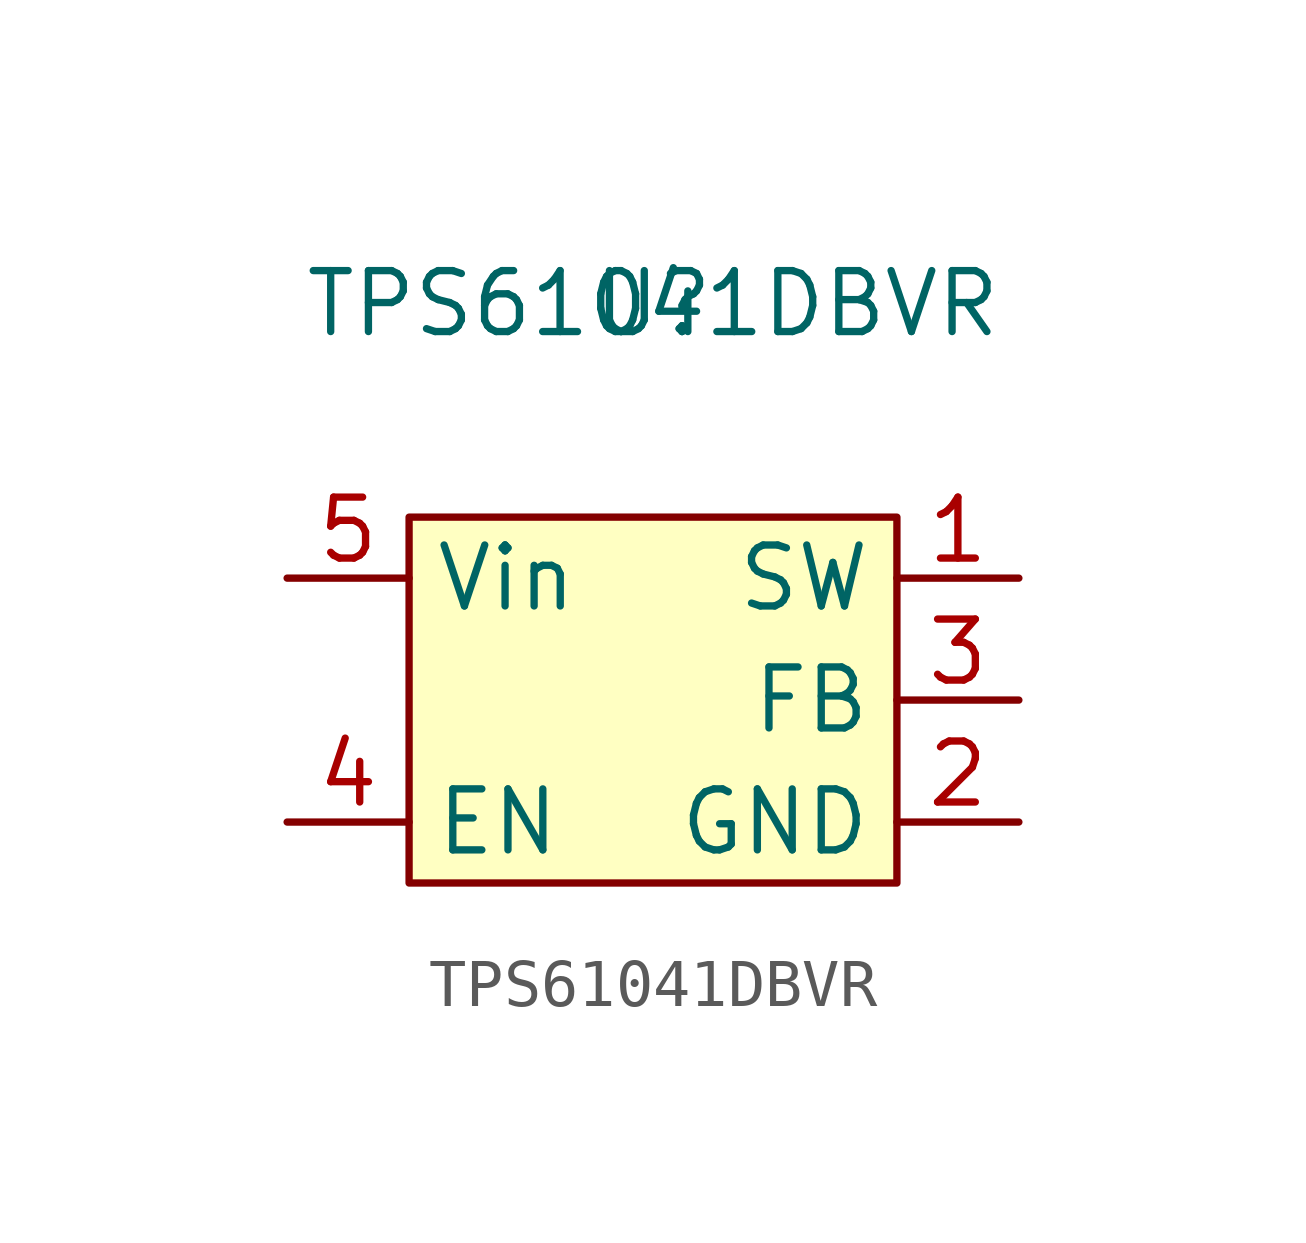
<source format=kicad_sym>
(kicad_symbol_lib
  (version 20211014)
  (generator kicad_symbol_editor)
  (symbol "TPS61041DBVR"
    (property "Reference" "U"
      (at 0 8.255 0)
      (effects (font (size 1.27 1.27))))
    (property "Value" "TPS61041DBVR"
      (at 0 8.255 0)
      (effects (font (size 1.27 1.27))))
    (symbol "TPS61041DBVR_0_1"
      (rectangle (start -5.08 3.81) (end 5.08 -3.81) (stroke (width 0) (type default) (color 0 0 0 0)) (fill (type background))))
    (symbol "TPS61041DBVR_1_1"
      (pin input line (at 7.62 2.54 180) (length 2.54) (name "SW" (effects (font (size 1.27 1.27)))) (number "1" (effects (font (size 1.27 1.27)))))
      (pin power_in line (at 7.62 -2.54 180) (length 2.54) (name "GND" (effects (font (size 1.27 1.27)))) (number "2" (effects (font (size 1.27 1.27)))))
      (pin input line (at 7.62 0 180) (length 2.54) (name "FB" (effects (font (size 1.27 1.27)))) (number "3" (effects (font (size 1.27 1.27)))))
      (pin input line (at -7.62 -2.54 0) (length 2.54) (name "EN" (effects (font (size 1.27 1.27)))) (number "4" (effects (font (size 1.27 1.27)))))
      (pin power_in line (at -7.62 2.54 0) (length 2.54) (name "Vin" (effects (font (size 1.27 1.27)))) (number "5" (effects (font (size 1.27 1.27))))))))
</source>
